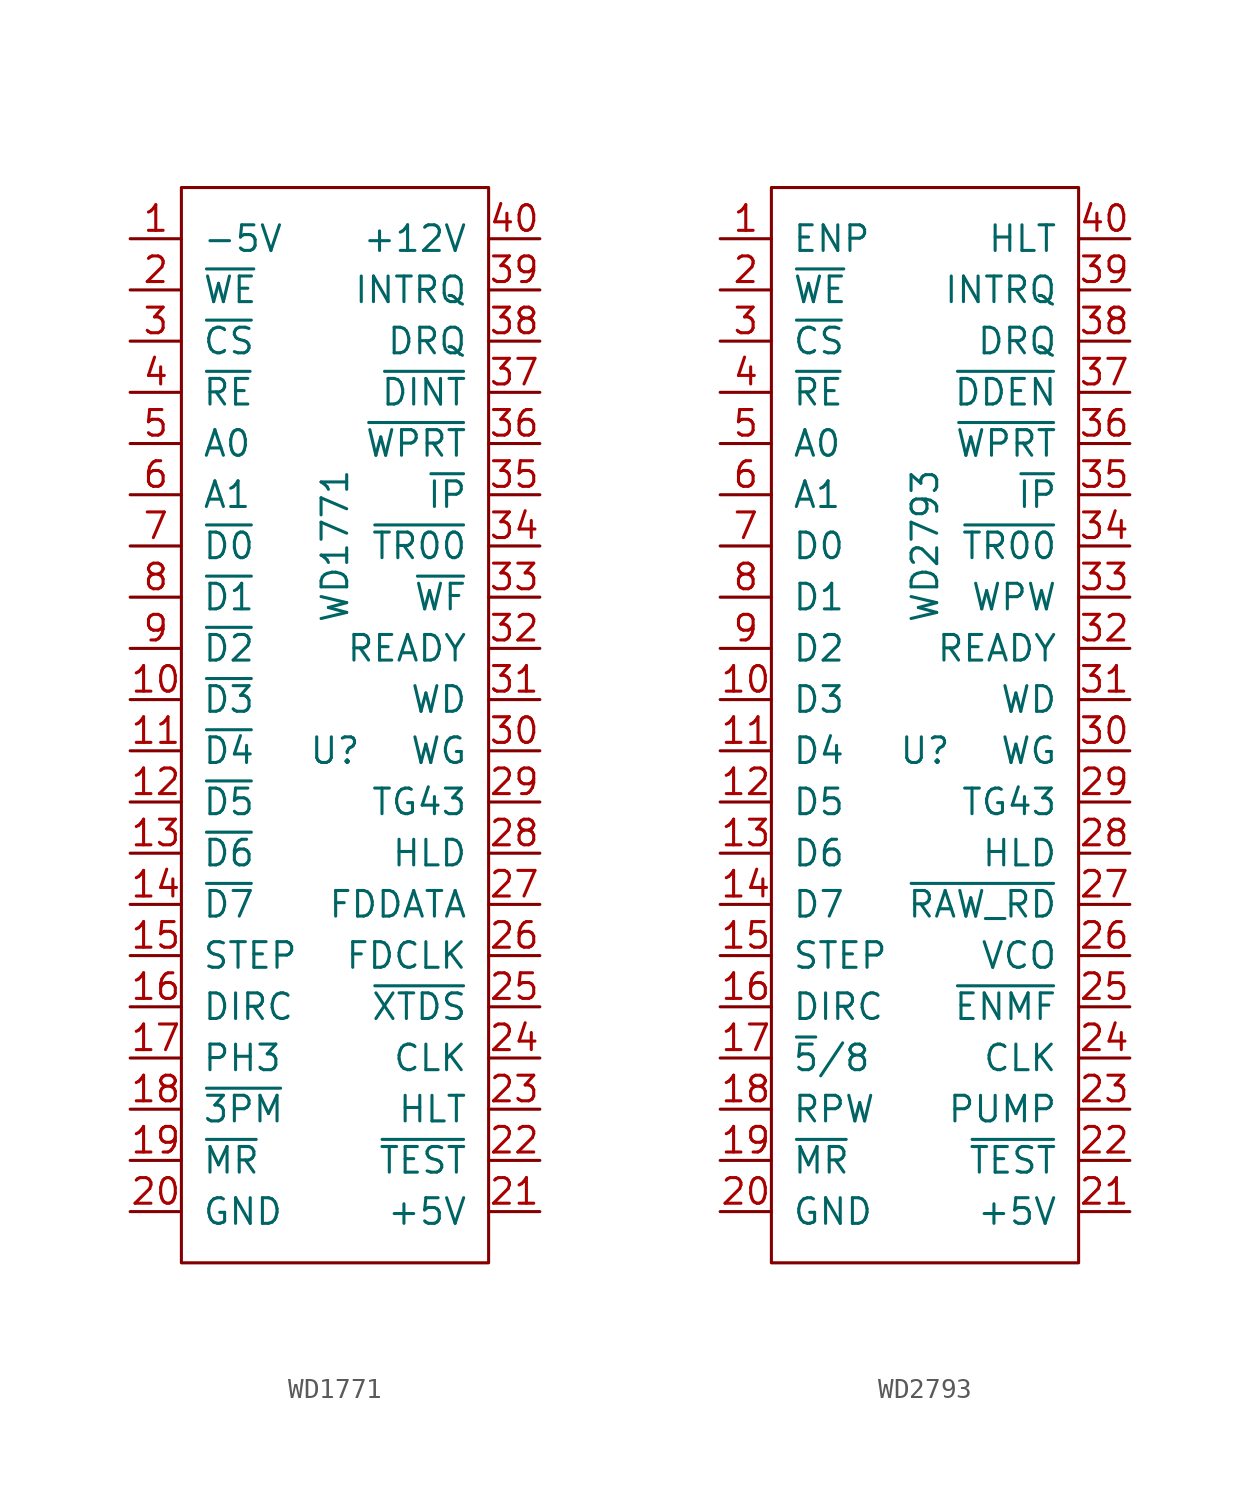
<source format=kicad_sym>
(kicad_symbol_lib
  (version 20211014)
  (generator kicad_symbol_editor)
  (symbol "WD1771"
    (pin_names
      (offset 1.016))
    (property "Reference" "U"
      (at 0 0 0)
      (effects (font (size 1.27 1.27))))
    (property "Value" "WD1771"
      (at 0 10.16 90)
      (effects (font (size 1.27 1.27))))
    (symbol "WD1771_0_1"
      (rectangle (start -7.62 27.94) (end 7.62 -25.4) (stroke (width 0) (type default) (color 0 0 0 0)) (fill (type none))))
    (symbol "WD1771_1_1"
      (pin power_in line (at -10.16 25.4 0) (length 2.54) (name "-5V" (effects (font (size 1.27 1.27)))) (number "1" (effects (font (size 1.27 1.27)))))
      (pin bidirectional line (at -10.16 2.54 0) (length 2.54) (name "~{D3}" (effects (font (size 1.27 1.27)))) (number "10" (effects (font (size 1.27 1.27)))))
      (pin bidirectional line (at -10.16 0 0) (length 2.54) (name "~{D4}" (effects (font (size 1.27 1.27)))) (number "11" (effects (font (size 1.27 1.27)))))
      (pin bidirectional line (at -10.16 -2.54 0) (length 2.54) (name "~{D5}" (effects (font (size 1.27 1.27)))) (number "12" (effects (font (size 1.27 1.27)))))
      (pin bidirectional line (at -10.16 -5.08 0) (length 2.54) (name "~{D6}" (effects (font (size 1.27 1.27)))) (number "13" (effects (font (size 1.27 1.27)))))
      (pin bidirectional line (at -10.16 -7.62 0) (length 2.54) (name "~{D7}" (effects (font (size 1.27 1.27)))) (number "14" (effects (font (size 1.27 1.27)))))
      (pin output line (at -10.16 -10.16 0) (length 2.54) (name "STEP" (effects (font (size 1.27 1.27)))) (number "15" (effects (font (size 1.27 1.27)))))
      (pin output line (at -10.16 -12.7 0) (length 2.54) (name "DIRC" (effects (font (size 1.27 1.27)))) (number "16" (effects (font (size 1.27 1.27)))))
      (pin output line (at -10.16 -15.24 0) (length 2.54) (name "PH3" (effects (font (size 1.27 1.27)))) (number "17" (effects (font (size 1.27 1.27)))))
      (pin input line (at -10.16 -17.78 0) (length 2.54) (name "~{3PM}" (effects (font (size 1.27 1.27)))) (number "18" (effects (font (size 1.27 1.27)))))
      (pin input line (at -10.16 -20.32 0) (length 2.54) (name "~{MR}" (effects (font (size 1.27 1.27)))) (number "19" (effects (font (size 1.27 1.27)))))
      (pin input line (at -10.16 22.86 0) (length 2.54) (name "~{WE}" (effects (font (size 1.27 1.27)))) (number "2" (effects (font (size 1.27 1.27)))))
      (pin power_in line (at -10.16 -22.86 0) (length 2.54) (name "GND" (effects (font (size 1.27 1.27)))) (number "20" (effects (font (size 1.27 1.27)))))
      (pin power_in line (at 10.16 -22.86 180) (length 2.54) (name "+5V" (effects (font (size 1.27 1.27)))) (number "21" (effects (font (size 1.27 1.27)))))
      (pin input line (at 10.16 -20.32 180) (length 2.54) (name "~{TEST}" (effects (font (size 1.27 1.27)))) (number "22" (effects (font (size 1.27 1.27)))))
      (pin input line (at 10.16 -17.78 180) (length 2.54) (name "HLT" (effects (font (size 1.27 1.27)))) (number "23" (effects (font (size 1.27 1.27)))))
      (pin input line (at 10.16 -15.24 180) (length 2.54) (name "CLK" (effects (font (size 1.27 1.27)))) (number "24" (effects (font (size 1.27 1.27)))))
      (pin input line (at 10.16 -12.7 180) (length 2.54) (name "~{XTDS}" (effects (font (size 1.27 1.27)))) (number "25" (effects (font (size 1.27 1.27)))))
      (pin input line (at 10.16 -10.16 180) (length 2.54) (name "FDCLK" (effects (font (size 1.27 1.27)))) (number "26" (effects (font (size 1.27 1.27)))))
      (pin input line (at 10.16 -7.62 180) (length 2.54) (name "FDDATA" (effects (font (size 1.27 1.27)))) (number "27" (effects (font (size 1.27 1.27)))))
      (pin output line (at 10.16 -5.08 180) (length 2.54) (name "HLD" (effects (font (size 1.27 1.27)))) (number "28" (effects (font (size 1.27 1.27)))))
      (pin output line (at 10.16 -2.54 180) (length 2.54) (name "TG43" (effects (font (size 1.27 1.27)))) (number "29" (effects (font (size 1.27 1.27)))))
      (pin input line (at -10.16 20.32 0) (length 2.54) (name "~{CS}" (effects (font (size 1.27 1.27)))) (number "3" (effects (font (size 1.27 1.27)))))
      (pin output line (at 10.16 0 180) (length 2.54) (name "WG" (effects (font (size 1.27 1.27)))) (number "30" (effects (font (size 1.27 1.27)))))
      (pin output line (at 10.16 2.54 180) (length 2.54) (name "WD" (effects (font (size 1.27 1.27)))) (number "31" (effects (font (size 1.27 1.27)))))
      (pin input line (at 10.16 5.08 180) (length 2.54) (name "READY" (effects (font (size 1.27 1.27)))) (number "32" (effects (font (size 1.27 1.27)))))
      (pin input line (at 10.16 7.62 180) (length 2.54) (name "~{WF}" (effects (font (size 1.27 1.27)))) (number "33" (effects (font (size 1.27 1.27)))))
      (pin input line (at 10.16 10.16 180) (length 2.54) (name "~{TR00}" (effects (font (size 1.27 1.27)))) (number "34" (effects (font (size 1.27 1.27)))))
      (pin input line (at 10.16 12.7 180) (length 2.54) (name "~{IP}" (effects (font (size 1.27 1.27)))) (number "35" (effects (font (size 1.27 1.27)))))
      (pin input line (at 10.16 15.24 180) (length 2.54) (name "~{WPRT}" (effects (font (size 1.27 1.27)))) (number "36" (effects (font (size 1.27 1.27)))))
      (pin input line (at 10.16 17.78 180) (length 2.54) (name "~{DINT}" (effects (font (size 1.27 1.27)))) (number "37" (effects (font (size 1.27 1.27)))))
      (pin output line (at 10.16 20.32 180) (length 2.54) (name "DRQ" (effects (font (size 1.27 1.27)))) (number "38" (effects (font (size 1.27 1.27)))))
      (pin output line (at 10.16 22.86 180) (length 2.54) (name "INTRQ" (effects (font (size 1.27 1.27)))) (number "39" (effects (font (size 1.27 1.27)))))
      (pin input line (at -10.16 17.78 0) (length 2.54) (name "~{RE}" (effects (font (size 1.27 1.27)))) (number "4" (effects (font (size 1.27 1.27)))))
      (pin power_in line (at 10.16 25.4 180) (length 2.54) (name "+12V" (effects (font (size 1.27 1.27)))) (number "40" (effects (font (size 1.27 1.27)))))
      (pin input line (at -10.16 15.24 0) (length 2.54) (name "A0" (effects (font (size 1.27 1.27)))) (number "5" (effects (font (size 1.27 1.27)))))
      (pin input line (at -10.16 12.7 0) (length 2.54) (name "A1" (effects (font (size 1.27 1.27)))) (number "6" (effects (font (size 1.27 1.27)))))
      (pin bidirectional line (at -10.16 10.16 0) (length 2.54) (name "~{D0}" (effects (font (size 1.27 1.27)))) (number "7" (effects (font (size 1.27 1.27)))))
      (pin bidirectional line (at -10.16 7.62 0) (length 2.54) (name "~{D1}" (effects (font (size 1.27 1.27)))) (number "8" (effects (font (size 1.27 1.27)))))
      (pin bidirectional line (at -10.16 5.08 0) (length 2.54) (name "~{D2}" (effects (font (size 1.27 1.27)))) (number "9" (effects (font (size 1.27 1.27)))))))
  (symbol "WD2793"
    (pin_names
      (offset 1.016))
    (property "Reference" "U"
      (at 0 0 0)
      (effects (font (size 1.27 1.27))))
    (property "Value" "WD2793"
      (at 0 10.16 90)
      (effects (font (size 1.27 1.27))))
    (symbol "WD2793_0_1"
      (rectangle (start -7.62 27.94) (end 7.62 -25.4) (stroke (width 0) (type default) (color 0 0 0 0)) (fill (type none))))
    (symbol "WD2793_1_1"
      (pin input line (at -10.16 25.4 0) (length 2.54) (name "ENP" (effects (font (size 1.27 1.27)))) (number "1" (effects (font (size 1.27 1.27)))))
      (pin bidirectional line (at -10.16 2.54 0) (length 2.54) (name "D3" (effects (font (size 1.27 1.27)))) (number "10" (effects (font (size 1.27 1.27)))))
      (pin bidirectional line (at -10.16 0 0) (length 2.54) (name "D4" (effects (font (size 1.27 1.27)))) (number "11" (effects (font (size 1.27 1.27)))))
      (pin bidirectional line (at -10.16 -2.54 0) (length 2.54) (name "D5" (effects (font (size 1.27 1.27)))) (number "12" (effects (font (size 1.27 1.27)))))
      (pin bidirectional line (at -10.16 -5.08 0) (length 2.54) (name "D6" (effects (font (size 1.27 1.27)))) (number "13" (effects (font (size 1.27 1.27)))))
      (pin bidirectional line (at -10.16 -7.62 0) (length 2.54) (name "D7" (effects (font (size 1.27 1.27)))) (number "14" (effects (font (size 1.27 1.27)))))
      (pin output line (at -10.16 -10.16 0) (length 2.54) (name "STEP" (effects (font (size 1.27 1.27)))) (number "15" (effects (font (size 1.27 1.27)))))
      (pin output line (at -10.16 -12.7 0) (length 2.54) (name "DIRC" (effects (font (size 1.27 1.27)))) (number "16" (effects (font (size 1.27 1.27)))))
      (pin input line (at -10.16 -15.24 0) (length 2.54) (name "~{5}/8" (effects (font (size 1.27 1.27)))) (number "17" (effects (font (size 1.27 1.27)))))
      (pin input line (at -10.16 -17.78 0) (length 2.54) (name "RPW" (effects (font (size 1.27 1.27)))) (number "18" (effects (font (size 1.27 1.27)))))
      (pin input line (at -10.16 -20.32 0) (length 2.54) (name "~{MR}" (effects (font (size 1.27 1.27)))) (number "19" (effects (font (size 1.27 1.27)))))
      (pin input line (at -10.16 22.86 0) (length 2.54) (name "~{WE}" (effects (font (size 1.27 1.27)))) (number "2" (effects (font (size 1.27 1.27)))))
      (pin power_in line (at -10.16 -22.86 0) (length 2.54) (name "GND" (effects (font (size 1.27 1.27)))) (number "20" (effects (font (size 1.27 1.27)))))
      (pin power_in line (at 10.16 -22.86 180) (length 2.54) (name "+5V" (effects (font (size 1.27 1.27)))) (number "21" (effects (font (size 1.27 1.27)))))
      (pin input line (at 10.16 -20.32 180) (length 2.54) (name "~{TEST}" (effects (font (size 1.27 1.27)))) (number "22" (effects (font (size 1.27 1.27)))))
      (pin output line (at 10.16 -17.78 180) (length 2.54) (name "PUMP" (effects (font (size 1.27 1.27)))) (number "23" (effects (font (size 1.27 1.27)))))
      (pin input line (at 10.16 -15.24 180) (length 2.54) (name "CLK" (effects (font (size 1.27 1.27)))) (number "24" (effects (font (size 1.27 1.27)))))
      (pin input line (at 10.16 -12.7 180) (length 2.54) (name "~{ENMF}" (effects (font (size 1.27 1.27)))) (number "25" (effects (font (size 1.27 1.27)))))
      (pin input line (at 10.16 -10.16 180) (length 2.54) (name "VCO" (effects (font (size 1.27 1.27)))) (number "26" (effects (font (size 1.27 1.27)))))
      (pin input line (at 10.16 -7.62 180) (length 2.54) (name "~{RAW_RD}" (effects (font (size 1.27 1.27)))) (number "27" (effects (font (size 1.27 1.27)))))
      (pin output line (at 10.16 -5.08 180) (length 2.54) (name "HLD" (effects (font (size 1.27 1.27)))) (number "28" (effects (font (size 1.27 1.27)))))
      (pin output line (at 10.16 -2.54 180) (length 2.54) (name "TG43" (effects (font (size 1.27 1.27)))) (number "29" (effects (font (size 1.27 1.27)))))
      (pin input line (at -10.16 20.32 0) (length 2.54) (name "~{CS}" (effects (font (size 1.27 1.27)))) (number "3" (effects (font (size 1.27 1.27)))))
      (pin output line (at 10.16 0 180) (length 2.54) (name "WG" (effects (font (size 1.27 1.27)))) (number "30" (effects (font (size 1.27 1.27)))))
      (pin output line (at 10.16 2.54 180) (length 2.54) (name "WD" (effects (font (size 1.27 1.27)))) (number "31" (effects (font (size 1.27 1.27)))))
      (pin input line (at 10.16 5.08 180) (length 2.54) (name "READY" (effects (font (size 1.27 1.27)))) (number "32" (effects (font (size 1.27 1.27)))))
      (pin input line (at 10.16 7.62 180) (length 2.54) (name "WPW" (effects (font (size 1.27 1.27)))) (number "33" (effects (font (size 1.27 1.27)))))
      (pin input line (at 10.16 10.16 180) (length 2.54) (name "~{TR00}" (effects (font (size 1.27 1.27)))) (number "34" (effects (font (size 1.27 1.27)))))
      (pin input line (at 10.16 12.7 180) (length 2.54) (name "~{IP}" (effects (font (size 1.27 1.27)))) (number "35" (effects (font (size 1.27 1.27)))))
      (pin input line (at 10.16 15.24 180) (length 2.54) (name "~{WPRT}" (effects (font (size 1.27 1.27)))) (number "36" (effects (font (size 1.27 1.27)))))
      (pin input line (at 10.16 17.78 180) (length 2.54) (name "~{DDEN}" (effects (font (size 1.27 1.27)))) (number "37" (effects (font (size 1.27 1.27)))))
      (pin output line (at 10.16 20.32 180) (length 2.54) (name "DRQ" (effects (font (size 1.27 1.27)))) (number "38" (effects (font (size 1.27 1.27)))))
      (pin output line (at 10.16 22.86 180) (length 2.54) (name "INTRQ" (effects (font (size 1.27 1.27)))) (number "39" (effects (font (size 1.27 1.27)))))
      (pin input line (at -10.16 17.78 0) (length 2.54) (name "~{RE}" (effects (font (size 1.27 1.27)))) (number "4" (effects (font (size 1.27 1.27)))))
      (pin input line (at 10.16 25.4 180) (length 2.54) (name "HLT" (effects (font (size 1.27 1.27)))) (number "40" (effects (font (size 1.27 1.27)))))
      (pin input line (at -10.16 15.24 0) (length 2.54) (name "A0" (effects (font (size 1.27 1.27)))) (number "5" (effects (font (size 1.27 1.27)))))
      (pin input line (at -10.16 12.7 0) (length 2.54) (name "A1" (effects (font (size 1.27 1.27)))) (number "6" (effects (font (size 1.27 1.27)))))
      (pin bidirectional line (at -10.16 10.16 0) (length 2.54) (name "D0" (effects (font (size 1.27 1.27)))) (number "7" (effects (font (size 1.27 1.27)))))
      (pin bidirectional line (at -10.16 7.62 0) (length 2.54) (name "D1" (effects (font (size 1.27 1.27)))) (number "8" (effects (font (size 1.27 1.27)))))
      (pin bidirectional line (at -10.16 5.08 0) (length 2.54) (name "D2" (effects (font (size 1.27 1.27)))) (number "9" (effects (font (size 1.27 1.27))))))))
</source>
